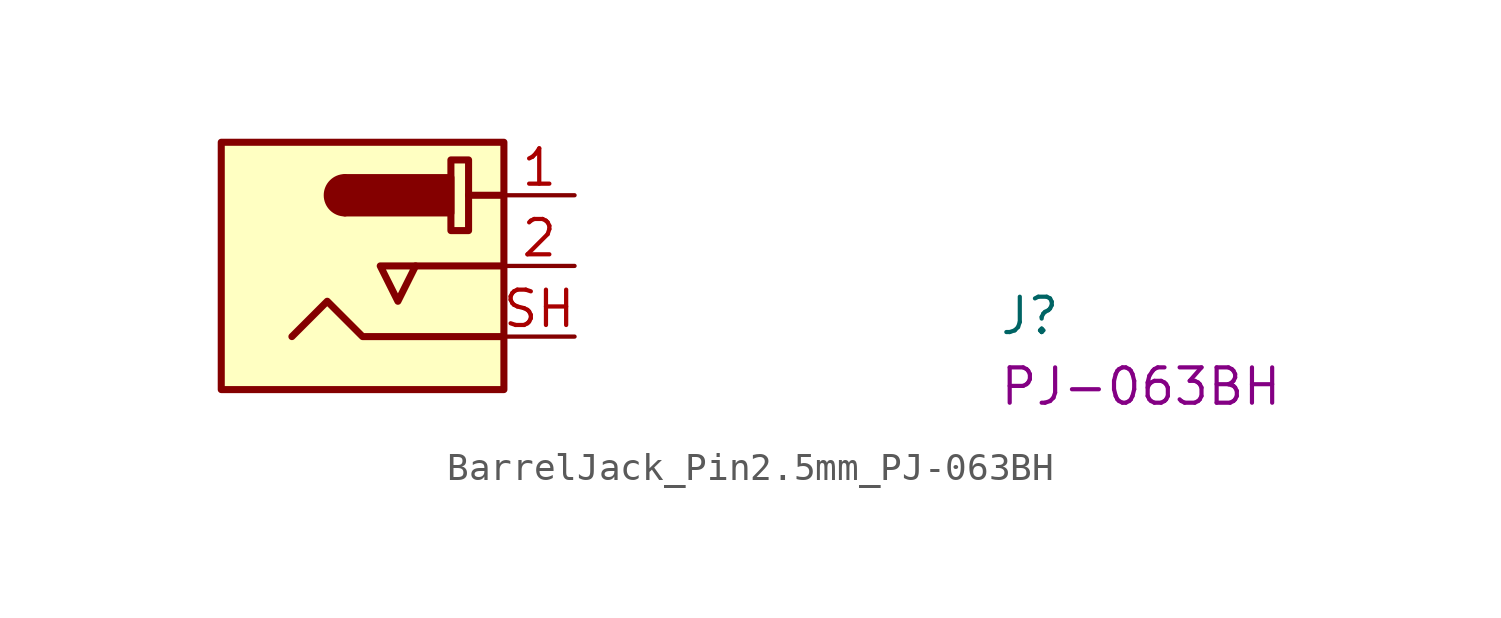
<source format=kicad_sym>
(kicad_symbol_lib
  (version 20220914)
  (generator kicad_symbol_editor)
  (symbol "BarrelJack_Pin2.5mm_PJ-063BH"
    (property "Reference" "J"
      (at 17.78 -5.08 0)
      (effects (font (size 1.27 1.27) (thickness 0.15)) (justify left bottom)))
    (property "MPN" "PJ-063BH"
      (at 17.78 -7.62 0)
      (effects (font (size 1.27 1.27) (thickness 0.15)) (justify left bottom)))
    (symbol "BarrelJack_Pin2.5mm_PJ-063BH_1_1"
      (rectangle (start -10.16 1.905) (end 0 -6.985) (stroke (width 0.254) (type default)) (fill (type background)))
      (arc (start -5.715 0.635) (mid -6.3473 0) (end -5.715 -0.635) (stroke (width 0.254) (type default)) (fill (type outline)))
      (rectangle (start -5.715 0.635) (end -1.905 -0.635) (stroke (width 0.254) (type default)) (fill (type outline)))
      (rectangle (start -1.905 1.27) (end -1.27 -1.27) (stroke (width 0.254) (type default)) (fill (type none)))
      (polyline (pts (xy 0 -2.54) (xy -3.175 -2.54)) (stroke (width 0.254) (type default)) (fill (type background)))
      (polyline (pts (xy 0 0) (xy -1.27 0)) (stroke (width 0.254) (type default)) (fill (type background)))
      (polyline (pts (xy 0 -5.08) (xy -5.08 -5.08) (xy -6.35 -3.81) (xy -7.62 -5.08)) (stroke (width 0.254) (type default)) (fill (type none)))
      (polyline (pts (xy -3.81 -2.54) (xy -4.445 -2.54) (xy -3.81 -3.81) (xy -3.175 -2.54) (xy -3.81 -2.54)) (stroke (width 0.254) (type default)) (fill (type none)))
      (pin passive line (at 2.54 0 180) (length 2.54) (name "~" (effects (font (size 1.27 1.27)))) (number "1" (effects (font (size 1.27 1.27)))))
      (pin passive line (at 2.54 -2.54 180) (length 2.54) (name "~" (effects (font (size 1.27 1.27)))) (number "2" (effects (font (size 1.27 1.27)))))
      (pin passive line (at 2.54 -5.08 180) (length 2.54) (name "~" (effects (font (size 1.27 1.27)))) (number "SH" (effects (font (size 1.27 1.27))))))))
</source>
